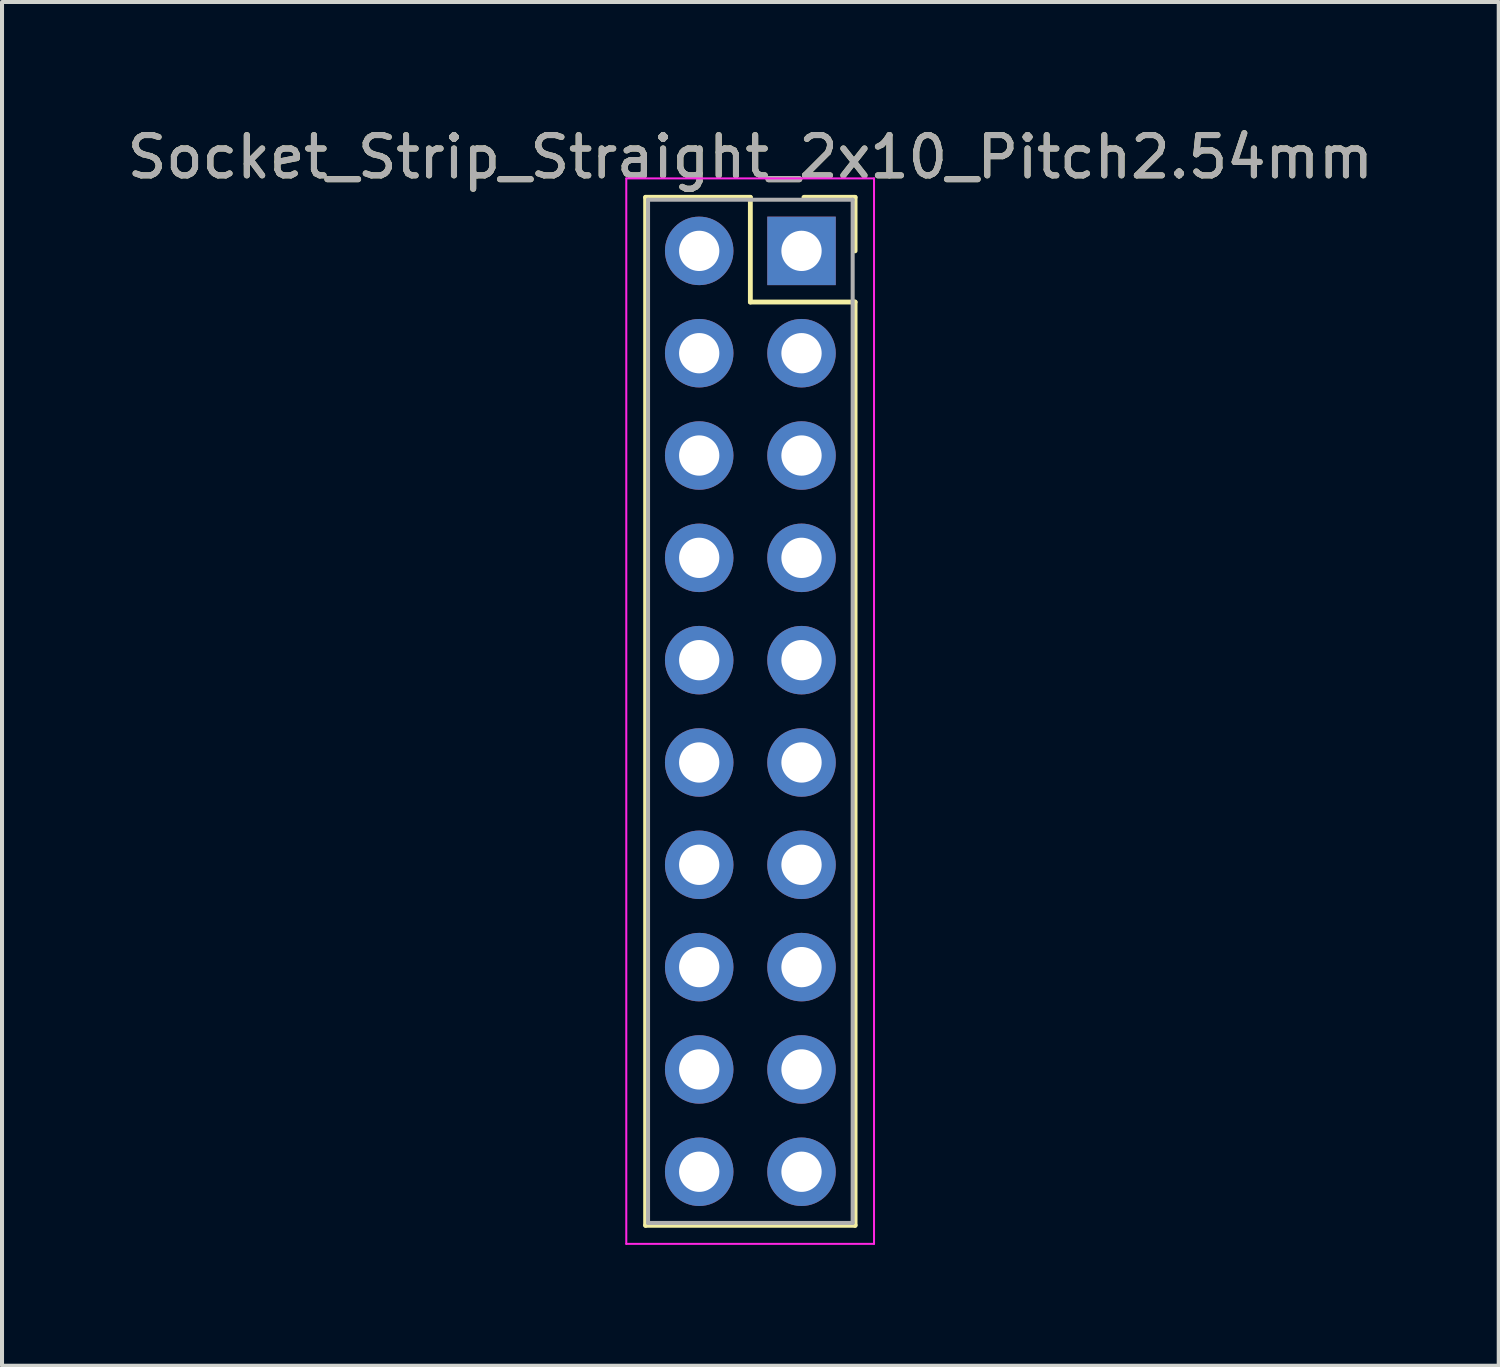
<source format=kicad_pcb>
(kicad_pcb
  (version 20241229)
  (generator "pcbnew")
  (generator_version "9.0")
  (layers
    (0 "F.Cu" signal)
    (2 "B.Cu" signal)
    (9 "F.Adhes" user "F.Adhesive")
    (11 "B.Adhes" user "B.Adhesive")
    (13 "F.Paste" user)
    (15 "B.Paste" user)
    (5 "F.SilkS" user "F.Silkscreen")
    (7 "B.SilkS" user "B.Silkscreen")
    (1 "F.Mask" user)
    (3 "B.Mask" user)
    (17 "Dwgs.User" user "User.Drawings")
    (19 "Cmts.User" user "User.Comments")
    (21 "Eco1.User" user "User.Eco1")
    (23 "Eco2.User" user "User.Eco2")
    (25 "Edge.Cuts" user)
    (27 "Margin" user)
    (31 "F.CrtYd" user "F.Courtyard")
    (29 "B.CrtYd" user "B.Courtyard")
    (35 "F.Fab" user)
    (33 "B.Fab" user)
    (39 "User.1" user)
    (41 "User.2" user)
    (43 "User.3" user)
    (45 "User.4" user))
  (footprint "Socket_Strip_Straight_2x10_Pitch2.54mm"
    (layer "F.Cu")
    (at 16.847 3.178)
    (property "Reference" "Socket_Strip_Straight_2x10_Pitch2.54mm" (at -1.27 -2.33 0) (layer "F.SilkS") (effects (font (size 1 1) (thickness 0.15))))
    (attr through_hole)
    (fp_line (start -3.87 -1.33) (end -1.27 -1.33) (stroke (width 0.12) (type solid)) (layer "F.SilkS"))
    (fp_line (start -3.87 24.19) (end -3.87 -1.33) (stroke (width 0.12) (type solid)) (layer "F.SilkS"))
    (fp_line (start -1.27 -1.33) (end -1.27 1.27) (stroke (width 0.12) (type solid)) (layer "F.SilkS"))
    (fp_line (start -1.27 1.27) (end 1.33 1.27) (stroke (width 0.12) (type solid)) (layer "F.SilkS"))
    (fp_line (start 1.33 -1.33) (end 0.06 -1.33) (stroke (width 0.12) (type solid)) (layer "F.SilkS"))
    (fp_line (start 1.33 0) (end 1.33 -1.33) (stroke (width 0.12) (type solid)) (layer "F.SilkS"))
    (fp_line (start 1.33 1.27) (end 1.33 24.19) (stroke (width 0.12) (type solid)) (layer "F.SilkS"))
    (fp_line (start 1.33 24.19) (end -3.87 24.19) (stroke (width 0.12) (type solid)) (layer "F.SilkS"))
    (fp_line (start -4.35 -1.8) (end -4.35 24.65) (stroke (width 0.05) (type solid)) (layer "F.CrtYd"))
    (fp_line (start -4.35 24.65) (end 1.8 24.65) (stroke (width 0.05) (type solid)) (layer "F.CrtYd"))
    (fp_line (start 1.8 -1.8) (end -4.35 -1.8) (stroke (width 0.05) (type solid)) (layer "F.CrtYd"))
    (fp_line (start 1.8 24.65) (end 1.8 -1.8) (stroke (width 0.05) (type solid)) (layer "F.CrtYd"))
    (fp_line (start -3.81 -1.27) (end -3.81 24.13) (stroke (width 0.1) (type solid)) (layer "F.Fab"))
    (fp_line (start -3.81 24.13) (end 1.27 24.13) (stroke (width 0.1) (type solid)) (layer "F.Fab"))
    (fp_line (start 1.27 -1.27) (end -3.81 -1.27) (stroke (width 0.1) (type solid)) (layer "F.Fab"))
    (fp_line (start 1.27 24.13) (end 1.27 -1.27) (stroke (width 0.1) (type solid)) (layer "F.Fab"))
    (fp_text user "${REFERENCE}" (at -1.27 -2.33 0) (layer "F.Fab") (effects (font (size 1 1) (thickness 0.15))))
    (pad "1" thru_hole rect (at 0 0) (size 1.7 1.7) (drill 1) (layers "*.Cu" "*.Mask"))
    (pad "2" thru_hole oval (at -2.54 0) (size 1.7 1.7) (drill 1) (layers "*.Cu" "*.Mask"))
    (pad "3" thru_hole oval (at 0 2.54) (size 1.7 1.7) (drill 1) (layers "*.Cu" "*.Mask"))
    (pad "4" thru_hole oval (at -2.54 2.54) (size 1.7 1.7) (drill 1) (layers "*.Cu" "*.Mask"))
    (pad "5" thru_hole oval (at 0 5.08) (size 1.7 1.7) (drill 1) (layers "*.Cu" "*.Mask"))
    (pad "6" thru_hole oval (at -2.54 5.08) (size 1.7 1.7) (drill 1) (layers "*.Cu" "*.Mask"))
    (pad "7" thru_hole oval (at 0 7.62) (size 1.7 1.7) (drill 1) (layers "*.Cu" "*.Mask"))
    (pad "8" thru_hole oval (at -2.54 7.62) (size 1.7 1.7) (drill 1) (layers "*.Cu" "*.Mask"))
    (pad "9" thru_hole oval (at 0 10.16) (size 1.7 1.7) (drill 1) (layers "*.Cu" "*.Mask"))
    (pad "10" thru_hole oval (at -2.54 10.16) (size 1.7 1.7) (drill 1) (layers "*.Cu" "*.Mask"))
    (pad "11" thru_hole oval (at 0 12.7) (size 1.7 1.7) (drill 1) (layers "*.Cu" "*.Mask"))
    (pad "12" thru_hole oval (at -2.54 12.7) (size 1.7 1.7) (drill 1) (layers "*.Cu" "*.Mask"))
    (pad "13" thru_hole oval (at 0 15.24) (size 1.7 1.7) (drill 1) (layers "*.Cu" "*.Mask"))
    (pad "14" thru_hole oval (at -2.54 15.24) (size 1.7 1.7) (drill 1) (layers "*.Cu" "*.Mask"))
    (pad "15" thru_hole oval (at 0 17.78) (size 1.7 1.7) (drill 1) (layers "*.Cu" "*.Mask"))
    (pad "16" thru_hole oval (at -2.54 17.78) (size 1.7 1.7) (drill 1) (layers "*.Cu" "*.Mask"))
    (pad "17" thru_hole oval (at 0 20.32) (size 1.7 1.7) (drill 1) (layers "*.Cu" "*.Mask"))
    (pad "18" thru_hole oval (at -2.54 20.32) (size 1.7 1.7) (drill 1) (layers "*.Cu" "*.Mask"))
    (pad "19" thru_hole oval (at 0 22.86) (size 1.7 1.7) (drill 1) (layers "*.Cu" "*.Mask"))
    (pad "20" thru_hole oval (at -2.54 22.86) (size 1.7 1.7) (drill 1) (layers "*.Cu" "*.Mask")))
  (gr_rect
    (start -3 -3)
    (end 34.155 30.853)
    (stroke (width 0.1) (type default))
    (fill no)
    (layer "Edge.Cuts")))
</source>
